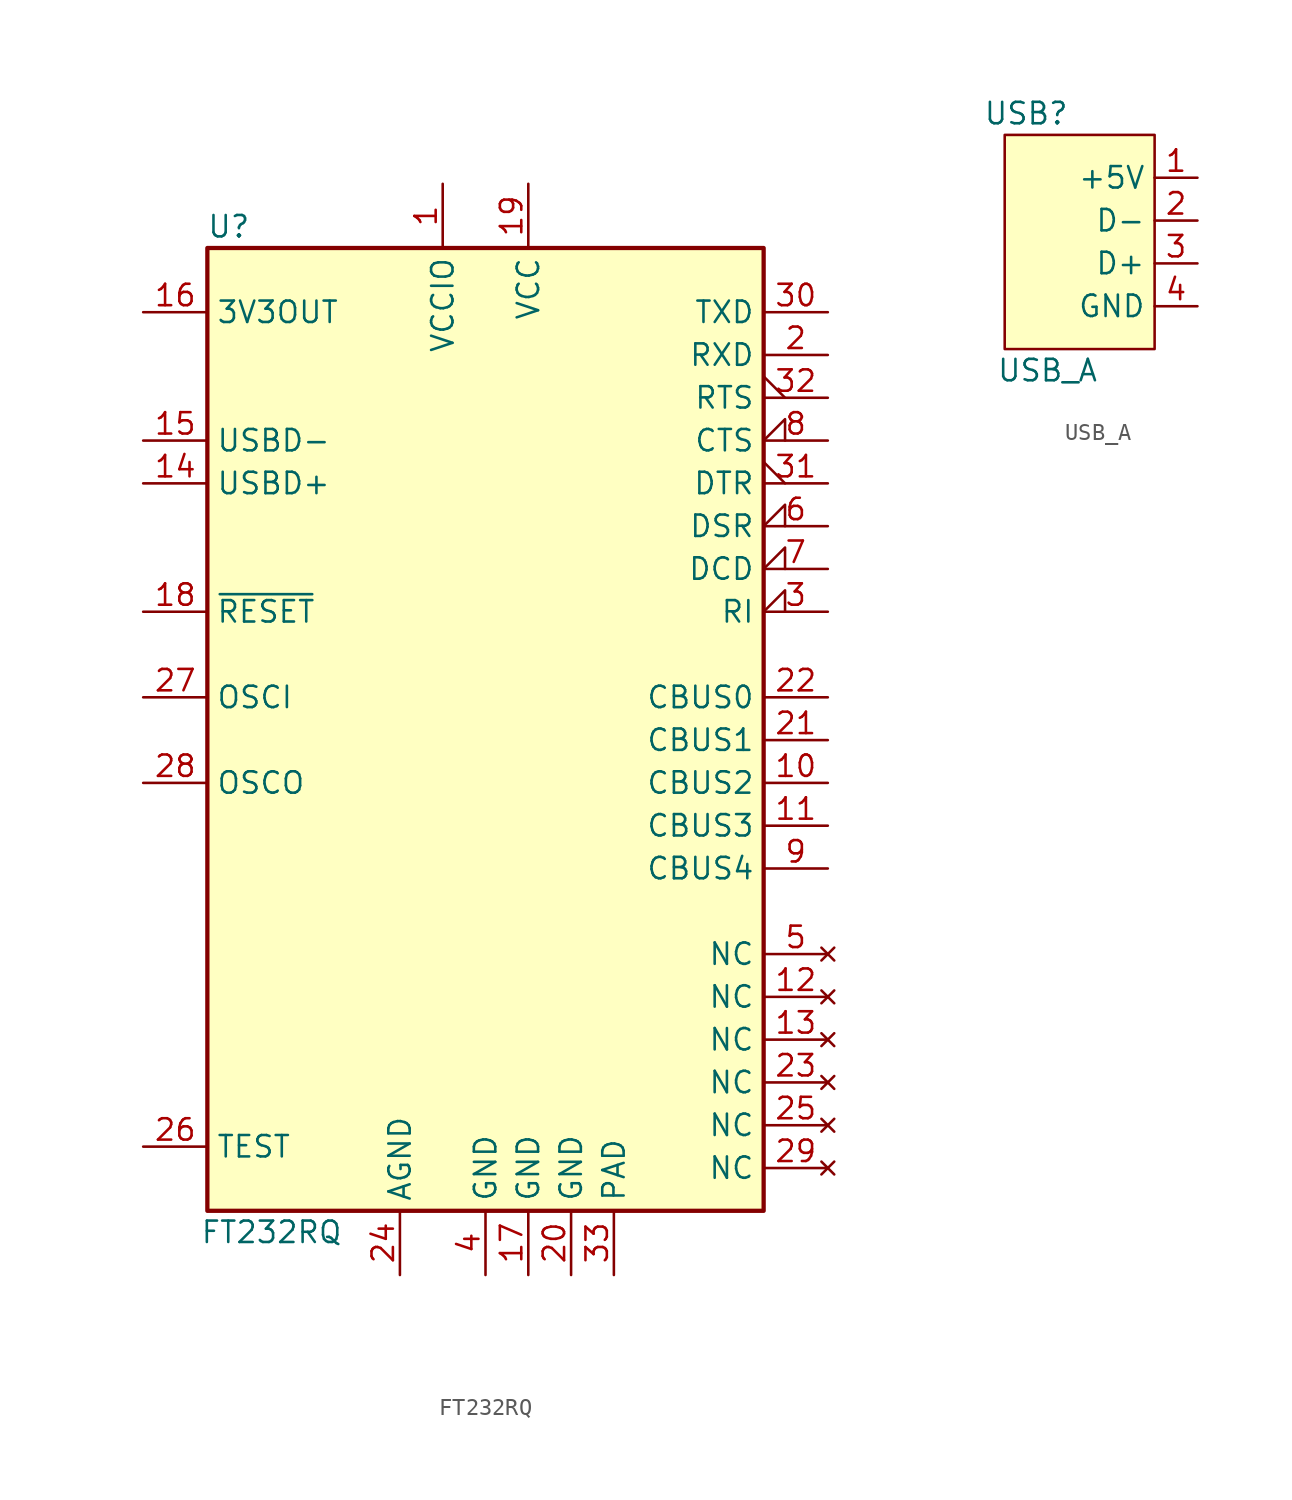
<source format=kicad_sym>
(kicad_symbol_lib
  (version 20211014)
  (generator kicad_symbol_editor)
  (symbol "FT232RQ"
    (property "Reference" "U"
      (at -15.24 29.21 0)
      (effects (font (size 1.27 1.27))))
    (property "Value" "FT232RQ"
      (at -12.7 -30.48 0)
      (effects (font (size 1.27 1.27))))
    (symbol "FT232RQ_0_1"
      (rectangle (start -16.51 27.94) (end 16.51 -29.21) (stroke (width 0.254) (type default) (color 0 0 0 0)) (fill (type background))))
    (symbol "FT232RQ_1_1"
      (pin power_in line (at -2.54 31.75 270) (length 3.81) (name "VCCIO" (effects (font (size 1.27 1.27)))) (number "1" (effects (font (size 1.27 1.27)))))
      (pin bidirectional line (at 20.32 -3.81 180) (length 3.81) (name "CBUS2" (effects (font (size 1.27 1.27)))) (number "10" (effects (font (size 1.27 1.27)))))
      (pin bidirectional line (at 20.32 -6.35 180) (length 3.81) (name "CBUS3" (effects (font (size 1.27 1.27)))) (number "11" (effects (font (size 1.27 1.27)))))
      (pin no_connect line (at 20.32 -16.51 180) (length 3.81) (name "NC" (effects (font (size 1.27 1.27)))) (number "12" (effects (font (size 1.27 1.27)))))
      (pin no_connect line (at 20.32 -19.05 180) (length 3.81) (name "NC" (effects (font (size 1.27 1.27)))) (number "13" (effects (font (size 1.27 1.27)))))
      (pin bidirectional line (at -20.32 13.97 0) (length 3.81) (name "USBD+" (effects (font (size 1.27 1.27)))) (number "14" (effects (font (size 1.27 1.27)))))
      (pin bidirectional line (at -20.32 16.51 0) (length 3.81) (name "USBD-" (effects (font (size 1.27 1.27)))) (number "15" (effects (font (size 1.27 1.27)))))
      (pin power_out line (at -20.32 24.13 0) (length 3.81) (name "3V3OUT" (effects (font (size 1.27 1.27)))) (number "16" (effects (font (size 1.27 1.27)))))
      (pin power_in line (at 2.54 -33.02 90) (length 3.81) (name "GND" (effects (font (size 1.27 1.27)))) (number "17" (effects (font (size 1.27 1.27)))))
      (pin input line (at -20.32 6.35 0) (length 3.81) (name "~{RESET}" (effects (font (size 1.27 1.27)))) (number "18" (effects (font (size 1.27 1.27)))))
      (pin power_in line (at 2.54 31.75 270) (length 3.81) (name "VCC" (effects (font (size 1.27 1.27)))) (number "19" (effects (font (size 1.27 1.27)))))
      (pin input line (at 20.32 21.59 180) (length 3.81) (name "RXD" (effects (font (size 1.27 1.27)))) (number "2" (effects (font (size 1.27 1.27)))))
      (pin power_in line (at 5.08 -33.02 90) (length 3.81) (name "GND" (effects (font (size 1.27 1.27)))) (number "20" (effects (font (size 1.27 1.27)))))
      (pin bidirectional line (at 20.32 -1.27 180) (length 3.81) (name "CBUS1" (effects (font (size 1.27 1.27)))) (number "21" (effects (font (size 1.27 1.27)))))
      (pin bidirectional line (at 20.32 1.27 180) (length 3.81) (name "CBUS0" (effects (font (size 1.27 1.27)))) (number "22" (effects (font (size 1.27 1.27)))))
      (pin no_connect line (at 20.32 -21.59 180) (length 3.81) (name "NC" (effects (font (size 1.27 1.27)))) (number "23" (effects (font (size 1.27 1.27)))))
      (pin power_in line (at -5.08 -33.02 90) (length 3.81) (name "AGND" (effects (font (size 1.27 1.27)))) (number "24" (effects (font (size 1.27 1.27)))))
      (pin no_connect line (at 20.32 -24.13 180) (length 3.81) (name "NC" (effects (font (size 1.27 1.27)))) (number "25" (effects (font (size 1.27 1.27)))))
      (pin input line (at -20.32 -25.4 0) (length 3.81) (name "TEST" (effects (font (size 1.27 1.27)))) (number "26" (effects (font (size 1.27 1.27)))))
      (pin input line (at -20.32 1.27 0) (length 3.81) (name "OSCI" (effects (font (size 1.27 1.27)))) (number "27" (effects (font (size 1.27 1.27)))))
      (pin output line (at -20.32 -3.81 0) (length 3.81) (name "OSCO" (effects (font (size 1.27 1.27)))) (number "28" (effects (font (size 1.27 1.27)))))
      (pin no_connect line (at 20.32 -26.67 180) (length 3.81) (name "NC" (effects (font (size 1.27 1.27)))) (number "29" (effects (font (size 1.27 1.27)))))
      (pin input input_low (at 20.32 6.35 180) (length 3.81) (name "RI" (effects (font (size 1.27 1.27)))) (number "3" (effects (font (size 1.27 1.27)))))
      (pin output line (at 20.32 24.13 180) (length 3.81) (name "TXD" (effects (font (size 1.27 1.27)))) (number "30" (effects (font (size 1.27 1.27)))))
      (pin output output_low (at 20.32 13.97 180) (length 3.81) (name "DTR" (effects (font (size 1.27 1.27)))) (number "31" (effects (font (size 1.27 1.27)))))
      (pin output output_low (at 20.32 19.05 180) (length 3.81) (name "RTS" (effects (font (size 1.27 1.27)))) (number "32" (effects (font (size 1.27 1.27)))))
      (pin power_in line (at 7.62 -33.02 90) (length 3.81) (name "PAD" (effects (font (size 1.27 1.27)))) (number "33" (effects (font (size 1.27 1.27)))))
      (pin power_in line (at 0 -33.02 90) (length 3.81) (name "GND" (effects (font (size 1.27 1.27)))) (number "4" (effects (font (size 1.27 1.27)))))
      (pin no_connect line (at 20.32 -13.97 180) (length 3.81) (name "NC" (effects (font (size 1.27 1.27)))) (number "5" (effects (font (size 1.27 1.27)))))
      (pin input input_low (at 20.32 11.43 180) (length 3.81) (name "DSR" (effects (font (size 1.27 1.27)))) (number "6" (effects (font (size 1.27 1.27)))))
      (pin input input_low (at 20.32 8.89 180) (length 3.81) (name "DCD" (effects (font (size 1.27 1.27)))) (number "7" (effects (font (size 1.27 1.27)))))
      (pin input input_low (at 20.32 16.51 180) (length 3.81) (name "CTS" (effects (font (size 1.27 1.27)))) (number "8" (effects (font (size 1.27 1.27)))))
      (pin bidirectional line (at 20.32 -8.89 180) (length 3.81) (name "CBUS4" (effects (font (size 1.27 1.27)))) (number "9" (effects (font (size 1.27 1.27)))))))
  (symbol "USB_A"
    (property "Reference" "USB"
      (at -7.62 7.62 0)
      (effects (font (size 1.27 1.27))))
    (property "Value" "USB_A"
      (at -6.35 -7.62 0)
      (effects (font (size 1.27 1.27))))
    (symbol "USB_A_0_1"
      (rectangle (start 0 6.35) (end -8.89 -6.35) (stroke (width 0.152) (type default) (color 0 0 0 0)) (fill (type background))))
    (symbol "USB_A_1_1"
      (pin power_out line (at 2.54 3.81 180) (length 2.54) (name "+5V" (effects (font (size 1.27 1.27)))) (number "1" (effects (font (size 1.27 1.27)))))
      (pin bidirectional line (at 2.54 1.27 180) (length 2.54) (name "D-" (effects (font (size 1.27 1.27)))) (number "2" (effects (font (size 1.27 1.27)))))
      (pin bidirectional line (at 2.54 -1.27 180) (length 2.54) (name "D+" (effects (font (size 1.27 1.27)))) (number "3" (effects (font (size 1.27 1.27)))))
      (pin power_out line (at 2.54 -3.81 180) (length 2.54) (name "GND" (effects (font (size 1.27 1.27)))) (number "4" (effects (font (size 1.27 1.27))))))))
</source>
